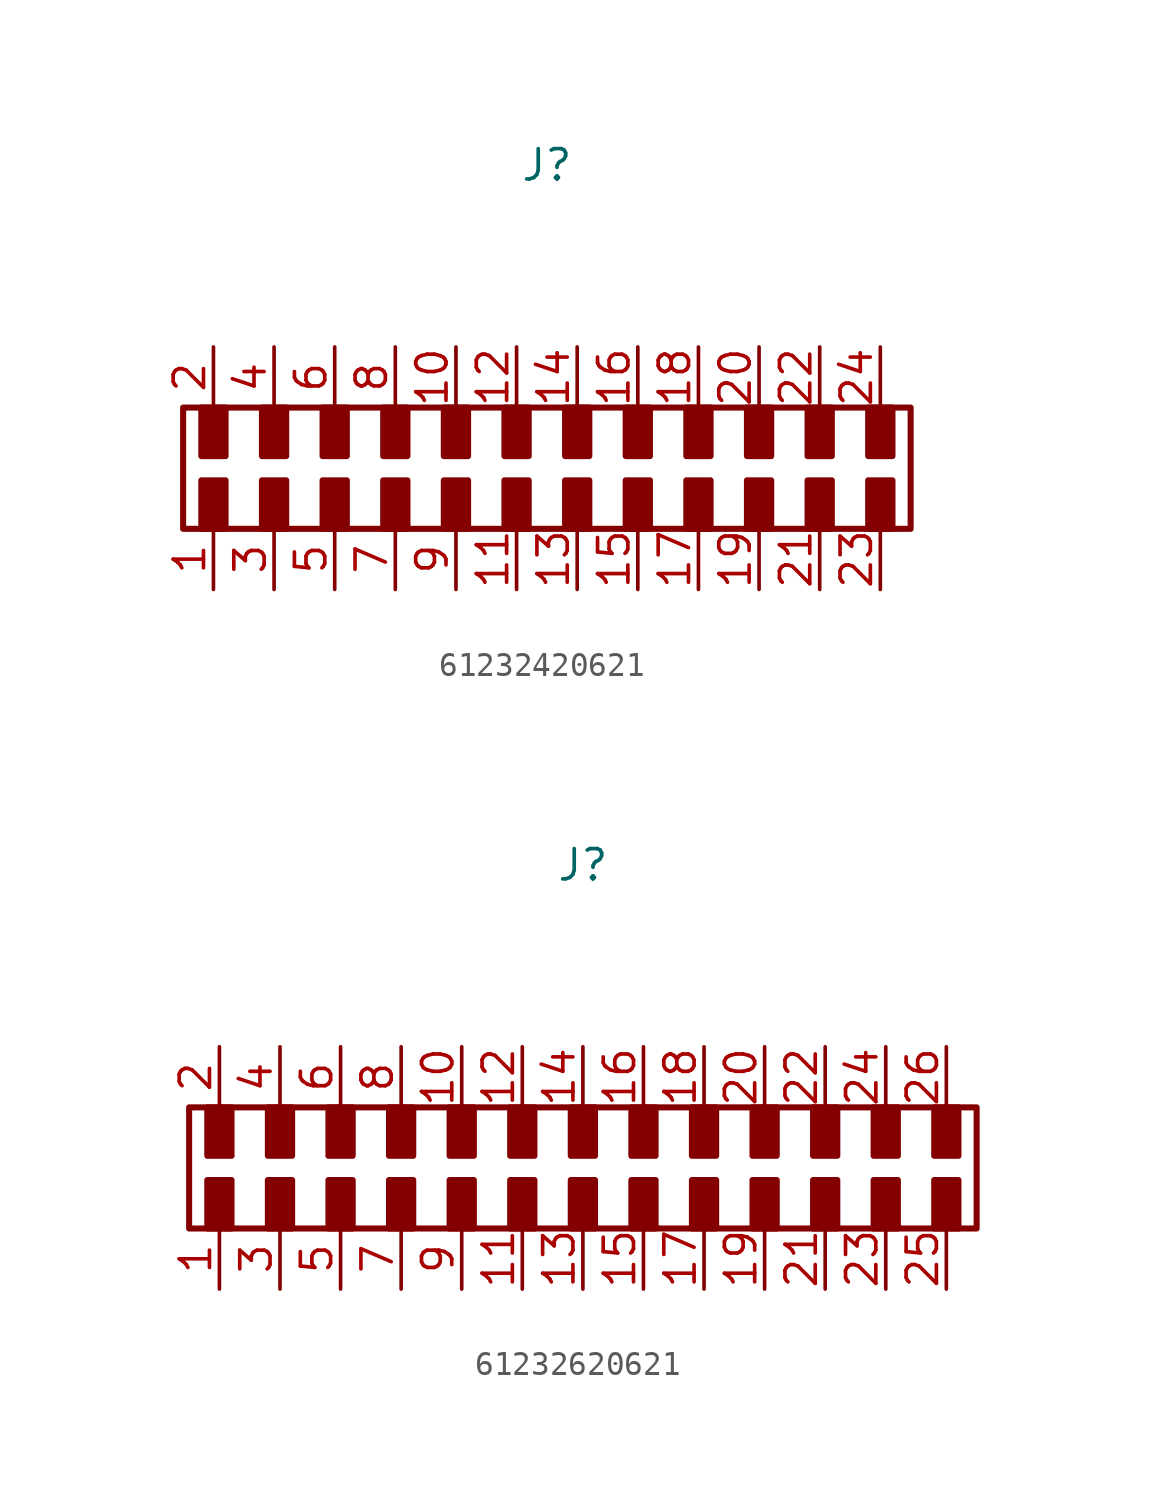
<source format=kicad_sym>
(kicad_symbol_lib
  (version 20241209)
  (generator "kicad_symbol_editor")
  (generator_version "9.0")
  (symbol "61232420621"
    (pin_names
      (hide yes))
    (property "Reference" "J"
      (at 0 12.7 0)
      (effects (font (size 1.27 1.27))))
    (symbol "61232420621_1_1"
      (rectangle (start -15.24 2.54) (end 15.24 -2.54) (stroke (width 0.254) (type solid)) (fill (type none)))
      (rectangle (start -14.478 2.54) (end -13.462 0.508) (stroke (width 0.254) (type solid)) (fill (type outline)))
      (rectangle (start -14.478 -0.508) (end -13.462 -2.54) (stroke (width 0.254) (type solid)) (fill (type outline)))
      (rectangle (start -11.938 2.54) (end -10.922 0.508) (stroke (width 0.254) (type solid)) (fill (type outline)))
      (rectangle (start -11.938 -0.508) (end -10.922 -2.54) (stroke (width 0.254) (type solid)) (fill (type outline)))
      (rectangle (start -9.398 2.54) (end -8.382 0.508) (stroke (width 0.254) (type solid)) (fill (type outline)))
      (rectangle (start -9.398 -0.508) (end -8.382 -2.54) (stroke (width 0.254) (type solid)) (fill (type outline)))
      (rectangle (start -6.858 2.54) (end -5.842 0.508) (stroke (width 0.254) (type solid)) (fill (type outline)))
      (rectangle (start -6.858 -0.508) (end -5.842 -2.54) (stroke (width 0.254) (type solid)) (fill (type outline)))
      (rectangle (start -4.318 2.54) (end -3.302 0.508) (stroke (width 0.254) (type solid)) (fill (type outline)))
      (rectangle (start -4.318 -0.508) (end -3.302 -2.54) (stroke (width 0.254) (type solid)) (fill (type outline)))
      (rectangle (start -1.778 2.54) (end -0.762 0.508) (stroke (width 0.254) (type solid)) (fill (type outline)))
      (rectangle (start -1.778 -0.508) (end -0.762 -2.54) (stroke (width 0.254) (type solid)) (fill (type outline)))
      (rectangle (start 0.762 2.54) (end 1.778 0.508) (stroke (width 0.254) (type solid)) (fill (type outline)))
      (rectangle (start 0.762 -0.508) (end 1.778 -2.54) (stroke (width 0.254) (type solid)) (fill (type outline)))
      (rectangle (start 3.302 2.54) (end 4.318 0.508) (stroke (width 0.254) (type solid)) (fill (type outline)))
      (rectangle (start 3.302 -0.508) (end 4.318 -2.54) (stroke (width 0.254) (type solid)) (fill (type outline)))
      (rectangle (start 5.842 2.54) (end 6.858 0.508) (stroke (width 0.254) (type solid)) (fill (type outline)))
      (rectangle (start 5.842 -0.508) (end 6.858 -2.54) (stroke (width 0.254) (type solid)) (fill (type outline)))
      (rectangle (start 8.382 2.54) (end 9.398 0.508) (stroke (width 0.254) (type solid)) (fill (type outline)))
      (rectangle (start 8.382 -0.508) (end 9.398 -2.54) (stroke (width 0.254) (type solid)) (fill (type outline)))
      (rectangle (start 10.922 2.54) (end 11.938 0.508) (stroke (width 0.254) (type solid)) (fill (type outline)))
      (rectangle (start 10.922 -0.508) (end 11.938 -2.54) (stroke (width 0.254) (type solid)) (fill (type outline)))
      (rectangle (start 13.462 2.54) (end 14.478 0.508) (stroke (width 0.254) (type solid)) (fill (type outline)))
      (rectangle (start 13.462 -0.508) (end 14.478 -2.54) (stroke (width 0.254) (type solid)) (fill (type outline)))
      (pin passive line (at -13.97 5.08 270) (length 2.54) (name "2" (effects (font (size 1.27 1.27)))) (number "2" (effects (font (size 1.27 1.27)))))
      (pin passive line (at -13.97 -5.08 90) (length 2.54) (name "1" (effects (font (size 1.27 1.27)))) (number "1" (effects (font (size 1.27 1.27)))))
      (pin passive line (at -11.43 5.08 270) (length 2.54) (name "4" (effects (font (size 1.27 1.27)))) (number "4" (effects (font (size 1.27 1.27)))))
      (pin passive line (at -11.43 -5.08 90) (length 2.54) (name "3" (effects (font (size 1.27 1.27)))) (number "3" (effects (font (size 1.27 1.27)))))
      (pin passive line (at -8.89 5.08 270) (length 2.54) (name "6" (effects (font (size 1.27 1.27)))) (number "6" (effects (font (size 1.27 1.27)))))
      (pin passive line (at -8.89 -5.08 90) (length 2.54) (name "5" (effects (font (size 1.27 1.27)))) (number "5" (effects (font (size 1.27 1.27)))))
      (pin passive line (at -6.35 5.08 270) (length 2.54) (name "8" (effects (font (size 1.27 1.27)))) (number "8" (effects (font (size 1.27 1.27)))))
      (pin passive line (at -6.35 -5.08 90) (length 2.54) (name "7" (effects (font (size 1.27 1.27)))) (number "7" (effects (font (size 1.27 1.27)))))
      (pin passive line (at -3.81 5.08 270) (length 2.54) (name "10" (effects (font (size 1.27 1.27)))) (number "10" (effects (font (size 1.27 1.27)))))
      (pin passive line (at -3.81 -5.08 90) (length 2.54) (name "9" (effects (font (size 1.27 1.27)))) (number "9" (effects (font (size 1.27 1.27)))))
      (pin passive line (at -1.27 5.08 270) (length 2.54) (name "12" (effects (font (size 1.27 1.27)))) (number "12" (effects (font (size 1.27 1.27)))))
      (pin passive line (at -1.27 -5.08 90) (length 2.54) (name "11" (effects (font (size 1.27 1.27)))) (number "11" (effects (font (size 1.27 1.27)))))
      (pin passive line (at 1.27 5.08 270) (length 2.54) (name "14" (effects (font (size 1.27 1.27)))) (number "14" (effects (font (size 1.27 1.27)))))
      (pin passive line (at 1.27 -5.08 90) (length 2.54) (name "13" (effects (font (size 1.27 1.27)))) (number "13" (effects (font (size 1.27 1.27)))))
      (pin passive line (at 3.81 5.08 270) (length 2.54) (name "16" (effects (font (size 1.27 1.27)))) (number "16" (effects (font (size 1.27 1.27)))))
      (pin passive line (at 3.81 -5.08 90) (length 2.54) (name "15" (effects (font (size 1.27 1.27)))) (number "15" (effects (font (size 1.27 1.27)))))
      (pin passive line (at 6.35 5.08 270) (length 2.54) (name "18" (effects (font (size 1.27 1.27)))) (number "18" (effects (font (size 1.27 1.27)))))
      (pin passive line (at 6.35 -5.08 90) (length 2.54) (name "17" (effects (font (size 1.27 1.27)))) (number "17" (effects (font (size 1.27 1.27)))))
      (pin passive line (at 8.89 5.08 270) (length 2.54) (name "20" (effects (font (size 1.27 1.27)))) (number "20" (effects (font (size 1.27 1.27)))))
      (pin passive line (at 8.89 -5.08 90) (length 2.54) (name "19" (effects (font (size 1.27 1.27)))) (number "19" (effects (font (size 1.27 1.27)))))
      (pin passive line (at 11.43 5.08 270) (length 2.54) (name "22" (effects (font (size 1.27 1.27)))) (number "22" (effects (font (size 1.27 1.27)))))
      (pin passive line (at 11.43 -5.08 90) (length 2.54) (name "21" (effects (font (size 1.27 1.27)))) (number "21" (effects (font (size 1.27 1.27)))))
      (pin passive line (at 13.97 5.08 270) (length 2.54) (name "24" (effects (font (size 1.27 1.27)))) (number "24" (effects (font (size 1.27 1.27)))))
      (pin passive line (at 13.97 -5.08 90) (length 2.54) (name "23" (effects (font (size 1.27 1.27)))) (number "23" (effects (font (size 1.27 1.27)))))))
  (symbol "61232620621"
    (pin_names
      (hide yes))
    (property "Reference" "J"
      (at 0 12.7 0)
      (effects (font (size 1.27 1.27))))
    (symbol "61232620621_1_1"
      (rectangle (start -16.51 2.54) (end 16.51 -2.54) (stroke (width 0.254) (type solid)) (fill (type none)))
      (rectangle (start -15.748 2.54) (end -14.732 0.508) (stroke (width 0.254) (type solid)) (fill (type outline)))
      (rectangle (start -15.748 -0.508) (end -14.732 -2.54) (stroke (width 0.254) (type solid)) (fill (type outline)))
      (rectangle (start -13.208 2.54) (end -12.192 0.508) (stroke (width 0.254) (type solid)) (fill (type outline)))
      (rectangle (start -13.208 -0.508) (end -12.192 -2.54) (stroke (width 0.254) (type solid)) (fill (type outline)))
      (rectangle (start -10.668 2.54) (end -9.652 0.508) (stroke (width 0.254) (type solid)) (fill (type outline)))
      (rectangle (start -10.668 -0.508) (end -9.652 -2.54) (stroke (width 0.254) (type solid)) (fill (type outline)))
      (rectangle (start -8.128 2.54) (end -7.112 0.508) (stroke (width 0.254) (type solid)) (fill (type outline)))
      (rectangle (start -8.128 -0.508) (end -7.112 -2.54) (stroke (width 0.254) (type solid)) (fill (type outline)))
      (rectangle (start -5.588 2.54) (end -4.572 0.508) (stroke (width 0.254) (type solid)) (fill (type outline)))
      (rectangle (start -5.588 -0.508) (end -4.572 -2.54) (stroke (width 0.254) (type solid)) (fill (type outline)))
      (rectangle (start -3.048 2.54) (end -2.032 0.508) (stroke (width 0.254) (type solid)) (fill (type outline)))
      (rectangle (start -3.048 -0.508) (end -2.032 -2.54) (stroke (width 0.254) (type solid)) (fill (type outline)))
      (rectangle (start -0.508 2.54) (end 0.508 0.508) (stroke (width 0.254) (type solid)) (fill (type outline)))
      (rectangle (start -0.508 -0.508) (end 0.508 -2.54) (stroke (width 0.254) (type solid)) (fill (type outline)))
      (rectangle (start 2.032 2.54) (end 3.048 0.508) (stroke (width 0.254) (type solid)) (fill (type outline)))
      (rectangle (start 2.032 -0.508) (end 3.048 -2.54) (stroke (width 0.254) (type solid)) (fill (type outline)))
      (rectangle (start 4.572 2.54) (end 5.588 0.508) (stroke (width 0.254) (type solid)) (fill (type outline)))
      (rectangle (start 4.572 -0.508) (end 5.588 -2.54) (stroke (width 0.254) (type solid)) (fill (type outline)))
      (rectangle (start 7.112 2.54) (end 8.128 0.508) (stroke (width 0.254) (type solid)) (fill (type outline)))
      (rectangle (start 7.112 -0.508) (end 8.128 -2.54) (stroke (width 0.254) (type solid)) (fill (type outline)))
      (rectangle (start 9.652 2.54) (end 10.668 0.508) (stroke (width 0.254) (type solid)) (fill (type outline)))
      (rectangle (start 9.652 -0.508) (end 10.668 -2.54) (stroke (width 0.254) (type solid)) (fill (type outline)))
      (rectangle (start 12.192 2.54) (end 13.208 0.508) (stroke (width 0.254) (type solid)) (fill (type outline)))
      (rectangle (start 12.192 -0.508) (end 13.208 -2.54) (stroke (width 0.254) (type solid)) (fill (type outline)))
      (rectangle (start 14.732 2.54) (end 15.748 0.508) (stroke (width 0.254) (type solid)) (fill (type outline)))
      (rectangle (start 14.732 -0.508) (end 15.748 -2.54) (stroke (width 0.254) (type solid)) (fill (type outline)))
      (pin passive line (at -15.24 5.08 270) (length 2.54) (name "2" (effects (font (size 1.27 1.27)))) (number "2" (effects (font (size 1.27 1.27)))))
      (pin passive line (at -15.24 -5.08 90) (length 2.54) (name "1" (effects (font (size 1.27 1.27)))) (number "1" (effects (font (size 1.27 1.27)))))
      (pin passive line (at -12.7 5.08 270) (length 2.54) (name "4" (effects (font (size 1.27 1.27)))) (number "4" (effects (font (size 1.27 1.27)))))
      (pin passive line (at -12.7 -5.08 90) (length 2.54) (name "3" (effects (font (size 1.27 1.27)))) (number "3" (effects (font (size 1.27 1.27)))))
      (pin passive line (at -10.16 5.08 270) (length 2.54) (name "6" (effects (font (size 1.27 1.27)))) (number "6" (effects (font (size 1.27 1.27)))))
      (pin passive line (at -10.16 -5.08 90) (length 2.54) (name "5" (effects (font (size 1.27 1.27)))) (number "5" (effects (font (size 1.27 1.27)))))
      (pin passive line (at -7.62 5.08 270) (length 2.54) (name "8" (effects (font (size 1.27 1.27)))) (number "8" (effects (font (size 1.27 1.27)))))
      (pin passive line (at -7.62 -5.08 90) (length 2.54) (name "7" (effects (font (size 1.27 1.27)))) (number "7" (effects (font (size 1.27 1.27)))))
      (pin passive line (at -5.08 5.08 270) (length 2.54) (name "10" (effects (font (size 1.27 1.27)))) (number "10" (effects (font (size 1.27 1.27)))))
      (pin passive line (at -5.08 -5.08 90) (length 2.54) (name "9" (effects (font (size 1.27 1.27)))) (number "9" (effects (font (size 1.27 1.27)))))
      (pin passive line (at -2.54 5.08 270) (length 2.54) (name "12" (effects (font (size 1.27 1.27)))) (number "12" (effects (font (size 1.27 1.27)))))
      (pin passive line (at -2.54 -5.08 90) (length 2.54) (name "11" (effects (font (size 1.27 1.27)))) (number "11" (effects (font (size 1.27 1.27)))))
      (pin passive line (at 0 5.08 270) (length 2.54) (name "14" (effects (font (size 1.27 1.27)))) (number "14" (effects (font (size 1.27 1.27)))))
      (pin passive line (at 0 -5.08 90) (length 2.54) (name "13" (effects (font (size 1.27 1.27)))) (number "13" (effects (font (size 1.27 1.27)))))
      (pin passive line (at 2.54 5.08 270) (length 2.54) (name "16" (effects (font (size 1.27 1.27)))) (number "16" (effects (font (size 1.27 1.27)))))
      (pin passive line (at 2.54 -5.08 90) (length 2.54) (name "15" (effects (font (size 1.27 1.27)))) (number "15" (effects (font (size 1.27 1.27)))))
      (pin passive line (at 5.08 5.08 270) (length 2.54) (name "18" (effects (font (size 1.27 1.27)))) (number "18" (effects (font (size 1.27 1.27)))))
      (pin passive line (at 5.08 -5.08 90) (length 2.54) (name "17" (effects (font (size 1.27 1.27)))) (number "17" (effects (font (size 1.27 1.27)))))
      (pin passive line (at 7.62 5.08 270) (length 2.54) (name "20" (effects (font (size 1.27 1.27)))) (number "20" (effects (font (size 1.27 1.27)))))
      (pin passive line (at 7.62 -5.08 90) (length 2.54) (name "19" (effects (font (size 1.27 1.27)))) (number "19" (effects (font (size 1.27 1.27)))))
      (pin passive line (at 10.16 5.08 270) (length 2.54) (name "22" (effects (font (size 1.27 1.27)))) (number "22" (effects (font (size 1.27 1.27)))))
      (pin passive line (at 10.16 -5.08 90) (length 2.54) (name "21" (effects (font (size 1.27 1.27)))) (number "21" (effects (font (size 1.27 1.27)))))
      (pin passive line (at 12.7 5.08 270) (length 2.54) (name "24" (effects (font (size 1.27 1.27)))) (number "24" (effects (font (size 1.27 1.27)))))
      (pin passive line (at 12.7 -5.08 90) (length 2.54) (name "23" (effects (font (size 1.27 1.27)))) (number "23" (effects (font (size 1.27 1.27)))))
      (pin passive line (at 15.24 5.08 270) (length 2.54) (name "26" (effects (font (size 1.27 1.27)))) (number "26" (effects (font (size 1.27 1.27)))))
      (pin passive line (at 15.24 -5.08 90) (length 2.54) (name "25" (effects (font (size 1.27 1.27)))) (number "25" (effects (font (size 1.27 1.27))))))))
</source>
